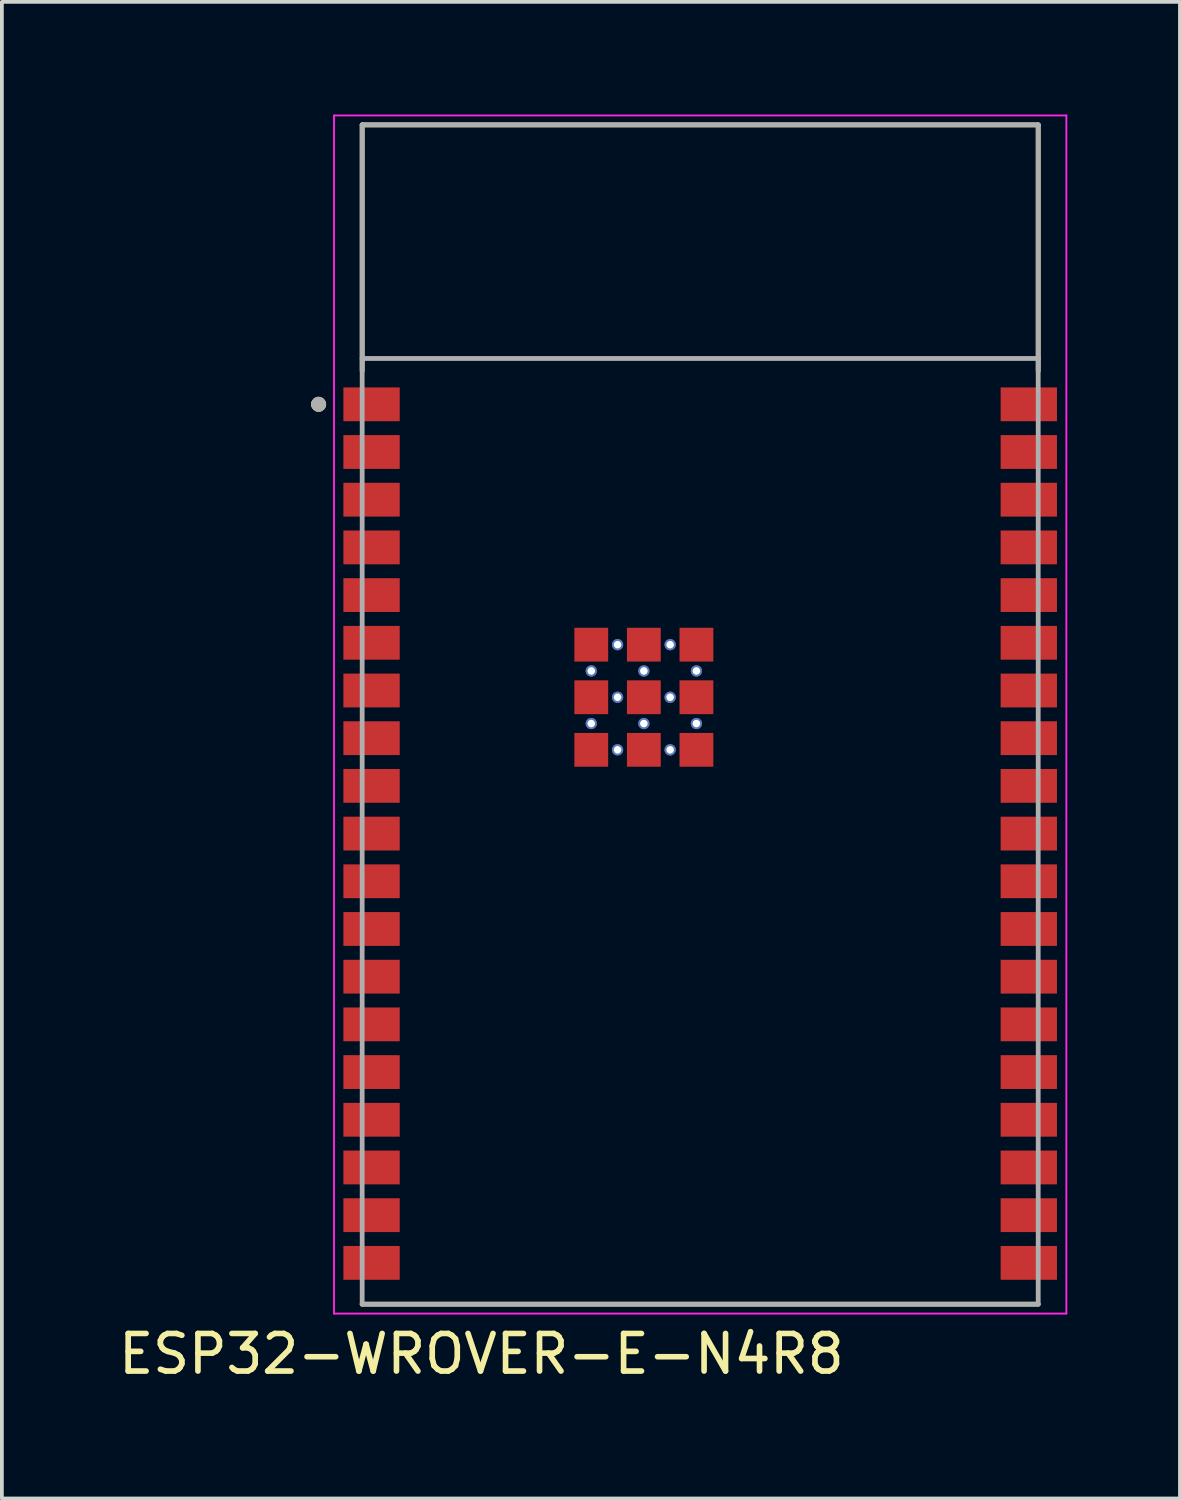
<source format=kicad_pcb>
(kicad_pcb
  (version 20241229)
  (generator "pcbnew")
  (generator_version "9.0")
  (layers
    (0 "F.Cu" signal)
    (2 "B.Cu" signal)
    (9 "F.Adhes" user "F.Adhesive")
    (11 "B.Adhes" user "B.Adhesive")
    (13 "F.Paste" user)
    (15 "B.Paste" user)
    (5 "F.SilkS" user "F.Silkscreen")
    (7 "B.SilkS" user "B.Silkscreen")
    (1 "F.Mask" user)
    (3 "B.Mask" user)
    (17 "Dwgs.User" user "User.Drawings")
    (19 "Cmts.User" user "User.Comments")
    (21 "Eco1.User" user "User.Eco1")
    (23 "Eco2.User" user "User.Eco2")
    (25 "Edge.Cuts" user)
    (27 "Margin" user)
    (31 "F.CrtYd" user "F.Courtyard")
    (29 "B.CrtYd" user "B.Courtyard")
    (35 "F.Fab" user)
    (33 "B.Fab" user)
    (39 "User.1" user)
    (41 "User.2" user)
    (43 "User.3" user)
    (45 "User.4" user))
  (footprint "ESP32-WROVER-E-N4R8"
    (layer "F.Cu")
    (at 15.593 15.975)
    (property "Reference" "ESP32-WROVER-E-N4R8" (at -5.825 17.025 0) (layer "F.SilkS") (effects (font (size 1 1) (thickness 0.15))))
    (attr smd)
    (fp_line (start -9 -15.7) (end -9 -9.15) (stroke (width 0.127) (type solid)) (layer "F.SilkS"))
    (fp_line (start -9 15.7) (end 9 15.7) (stroke (width 0.127) (type solid)) (layer "F.SilkS"))
    (fp_line (start 9 -15.7) (end -9 -15.7) (stroke (width 0.127) (type solid)) (layer "F.SilkS"))
    (fp_line (start 9 -9.15) (end 9 -15.7) (stroke (width 0.127) (type solid)) (layer "F.SilkS"))
    (fp_circle (center -10.16 -8.26) (end -10.06 -8.26) (stroke (width 0.2) (type solid)) (fill no) (layer "F.SilkS"))
    (fp_line (start -9.75 -15.95) (end -9.75 15.95) (stroke (width 0.05) (type solid)) (layer "F.CrtYd"))
    (fp_line (start -9.75 15.95) (end 9.75 15.95) (stroke (width 0.05) (type solid)) (layer "F.CrtYd"))
    (fp_line (start 9.75 -15.95) (end -9.75 -15.95) (stroke (width 0.05) (type solid)) (layer "F.CrtYd"))
    (fp_line (start 9.75 15.95) (end 9.75 -15.95) (stroke (width 0.05) (type solid)) (layer "F.CrtYd"))
    (fp_line (start -9 -15.7) (end -9 -9.48) (stroke (width 0.127) (type solid)) (layer "F.Fab"))
    (fp_line (start -9 -9.48) (end -9 15.7) (stroke (width 0.127) (type solid)) (layer "F.Fab"))
    (fp_line (start -9 15.7) (end 9 15.7) (stroke (width 0.127) (type solid)) (layer "F.Fab"))
    (fp_line (start 9 -15.7) (end -9 -15.7) (stroke (width 0.127) (type solid)) (layer "F.Fab"))
    (fp_line (start 9 -9.48) (end -9 -9.48) (stroke (width 0.127) (type solid)) (layer "F.Fab"))
    (fp_line (start 9 -9.48) (end 9 -15.7) (stroke (width 0.127) (type solid)) (layer "F.Fab"))
    (fp_line (start 9 15.7) (end 9 -9.48) (stroke (width 0.127) (type solid)) (layer "F.Fab"))
    (fp_circle (center -10.16 -8.26) (end -10.06 -8.26) (stroke (width 0.2) (type solid)) (fill no) (layer "F.Fab"))
    (pad "1" smd rect (at -8.75 -8.26) (size 1.5 0.9) (layers "F.Cu" "F.Mask" "F.Paste"))
    (pad "2" smd rect (at -8.75 -6.99) (size 1.5 0.9) (layers "F.Cu" "F.Mask" "F.Paste"))
    (pad "3" smd rect (at -8.75 -5.72) (size 1.5 0.9) (layers "F.Cu" "F.Mask" "F.Paste"))
    (pad "4" smd rect (at -8.75 -4.45) (size 1.5 0.9) (layers "F.Cu" "F.Mask" "F.Paste"))
    (pad "5" smd rect (at -8.75 -3.18) (size 1.5 0.9) (layers "F.Cu" "F.Mask" "F.Paste"))
    (pad "6" smd rect (at -8.75 -1.91) (size 1.5 0.9) (layers "F.Cu" "F.Mask" "F.Paste"))
    (pad "7" smd rect (at -8.75 -0.64) (size 1.5 0.9) (layers "F.Cu" "F.Mask" "F.Paste"))
    (pad "8" smd rect (at -8.75 0.63) (size 1.5 0.9) (layers "F.Cu" "F.Mask" "F.Paste"))
    (pad "9" smd rect (at -8.75 1.9) (size 1.5 0.9) (layers "F.Cu" "F.Mask" "F.Paste"))
    (pad "10" smd rect (at -8.75 3.17) (size 1.5 0.9) (layers "F.Cu" "F.Mask" "F.Paste"))
    (pad "11" smd rect (at -8.75 4.44) (size 1.5 0.9) (layers "F.Cu" "F.Mask" "F.Paste"))
    (pad "12" smd rect (at -8.75 5.71) (size 1.5 0.9) (layers "F.Cu" "F.Mask" "F.Paste"))
    (pad "13" smd rect (at -8.75 6.98) (size 1.5 0.9) (layers "F.Cu" "F.Mask" "F.Paste"))
    (pad "14" smd rect (at -8.75 8.25) (size 1.5 0.9) (layers "F.Cu" "F.Mask" "F.Paste"))
    (pad "15" smd rect (at -8.75 9.52) (size 1.5 0.9) (layers "F.Cu" "F.Mask" "F.Paste"))
    (pad "16" smd rect (at -8.75 10.79) (size 1.5 0.9) (layers "F.Cu" "F.Mask" "F.Paste"))
    (pad "17" smd rect (at -8.75 12.06) (size 1.5 0.9) (layers "F.Cu" "F.Mask" "F.Paste"))
    (pad "18" smd rect (at -8.75 13.33) (size 1.5 0.9) (layers "F.Cu" "F.Mask" "F.Paste"))
    (pad "19" smd rect (at -8.75 14.6) (size 1.5 0.9) (layers "F.Cu" "F.Mask" "F.Paste"))
    (pad "20" smd rect (at 8.75 14.6) (size 1.5 0.9) (layers "F.Cu" "F.Mask" "F.Paste"))
    (pad "21" smd rect (at 8.75 13.33) (size 1.5 0.9) (layers "F.Cu" "F.Mask" "F.Paste"))
    (pad "22" smd rect (at 8.75 12.06) (size 1.5 0.9) (layers "F.Cu" "F.Mask" "F.Paste"))
    (pad "23" smd rect (at 8.75 10.79) (size 1.5 0.9) (layers "F.Cu" "F.Mask" "F.Paste"))
    (pad "24" smd rect (at 8.75 9.52) (size 1.5 0.9) (layers "F.Cu" "F.Mask" "F.Paste"))
    (pad "25" smd rect (at 8.75 8.25) (size 1.5 0.9) (layers "F.Cu" "F.Mask" "F.Paste"))
    (pad "26" smd rect (at 8.75 6.98) (size 1.5 0.9) (layers "F.Cu" "F.Mask" "F.Paste"))
    (pad "27" smd rect (at 8.75 5.71) (size 1.5 0.9) (layers "F.Cu" "F.Mask" "F.Paste"))
    (pad "28" smd rect (at 8.75 4.44) (size 1.5 0.9) (layers "F.Cu" "F.Mask" "F.Paste"))
    (pad "29" smd rect (at 8.75 3.17) (size 1.5 0.9) (layers "F.Cu" "F.Mask" "F.Paste"))
    (pad "30" smd rect (at 8.75 1.9) (size 1.5 0.9) (layers "F.Cu" "F.Mask" "F.Paste"))
    (pad "31" smd rect (at 8.75 0.63) (size 1.5 0.9) (layers "F.Cu" "F.Mask" "F.Paste"))
    (pad "32" smd rect (at 8.75 -0.64) (size 1.5 0.9) (layers "F.Cu" "F.Mask" "F.Paste"))
    (pad "33" smd rect (at 8.75 -1.91) (size 1.5 0.9) (layers "F.Cu" "F.Mask" "F.Paste"))
    (pad "34" smd rect (at 8.75 -3.18) (size 1.5 0.9) (layers "F.Cu" "F.Mask" "F.Paste"))
    (pad "35" smd rect (at 8.75 -4.45) (size 1.5 0.9) (layers "F.Cu" "F.Mask" "F.Paste"))
    (pad "36" smd rect (at 8.75 -5.72) (size 1.5 0.9) (layers "F.Cu" "F.Mask" "F.Paste"))
    (pad "37" smd rect (at 8.75 -6.99) (size 1.5 0.9) (layers "F.Cu" "F.Mask" "F.Paste"))
    (pad "38" smd rect (at 8.75 -8.26) (size 1.5 0.9) (layers "F.Cu" "F.Mask" "F.Paste"))
    (pad "39_1" smd rect (at -2.9 -1.86) (size 0.9 0.9) (layers "F.Cu" "F.Mask" "F.Paste"))
    (pad "39_2" smd rect (at -1.5 -1.86) (size 0.9 0.9) (layers "F.Cu" "F.Mask" "F.Paste"))
    (pad "39_3" smd rect (at -0.1 -1.86) (size 0.9 0.9) (layers "F.Cu" "F.Mask" "F.Paste"))
    (pad "39_4" smd rect (at -2.9 -0.46) (size 0.9 0.9) (layers "F.Cu" "F.Mask" "F.Paste"))
    (pad "39_5" smd rect (at -1.5 -0.46) (size 0.9 0.9) (layers "F.Cu" "F.Mask" "F.Paste"))
    (pad "39_6" smd rect (at -0.1 -0.46) (size 0.9 0.9) (layers "F.Cu" "F.Mask" "F.Paste"))
    (pad "39_7" smd rect (at -2.9 0.94) (size 0.9 0.9) (layers "F.Cu" "F.Mask" "F.Paste"))
    (pad "39_8" smd rect (at -1.5 0.94) (size 0.9 0.9) (layers "F.Cu" "F.Mask" "F.Paste"))
    (pad "39_9" smd rect (at -0.1 0.94) (size 0.9 0.9) (layers "F.Cu" "F.Mask" "F.Paste"))
    (pad "40" thru_hole circle (at -2.2 -1.86) (size 0.3 0.3) (drill 0.2) (layers "*.Cu"))
    (pad "41" thru_hole circle (at -0.8 -1.86) (size 0.3 0.3) (drill 0.2) (layers "*.Cu"))
    (pad "42" thru_hole circle (at -2.9 -1.16) (size 0.3 0.3) (drill 0.2) (layers "*.Cu"))
    (pad "43" thru_hole circle (at -1.5 -1.16) (size 0.3 0.3) (drill 0.2) (layers "*.Cu"))
    (pad "44" thru_hole circle (at -0.1 -1.16) (size 0.3 0.3) (drill 0.2) (layers "*.Cu"))
    (pad "45" thru_hole circle (at -2.2 -0.46) (size 0.3 0.3) (drill 0.2) (layers "*.Cu"))
    (pad "46" thru_hole circle (at -0.8 -0.46) (size 0.3 0.3) (drill 0.2) (layers "*.Cu"))
    (pad "47" thru_hole circle (at -2.9 0.24) (size 0.3 0.3) (drill 0.2) (layers "*.Cu"))
    (pad "48" thru_hole circle (at -1.5 0.24) (size 0.3 0.3) (drill 0.2) (layers "*.Cu"))
    (pad "49" thru_hole circle (at -0.1 0.24) (size 0.3 0.3) (drill 0.2) (layers "*.Cu"))
    (pad "50" thru_hole circle (at -2.2 0.94) (size 0.3 0.3) (drill 0.2) (layers "*.Cu"))
    (pad "51" thru_hole circle (at -0.8 0.94) (size 0.3 0.3) (drill 0.2) (layers "*.Cu"))
    (zone (net_name "") (layer "F.Cu") (hatch full 0.508) (connect_pads) (min_thickness 0.01) (filled_areas_thickness no) (keepout (tracks not_allowed) (vias not_allowed) (pads not_allowed) (copperpour not_allowed) (footprints allowed)) (placement (enabled no)) (fill) (polygon (pts (xy 6.593 0.275) (xy 24.593 0.275) (xy 24.593 6.495) (xy 6.593 6.495))))
    (zone (net_name "") (layers "F.Cu" "B.Cu") (hatch full 0.508) (connect_pads) (min_thickness 0.01) (filled_areas_thickness no) (keepout (tracks allowed) (vias not_allowed) (pads allowed) (copperpour allowed) (footprints allowed)) (placement (enabled no)) (fill) (polygon (pts (xy 6.593 0.275) (xy 24.593 0.275) (xy 24.593 6.495) (xy 6.593 6.495)))))
  (gr_rect
    (start -3 -3)
    (end 28.368 36.848)
    (stroke (width 0.1) (type default))
    (fill no)
    (layer "Edge.Cuts")))
</source>
